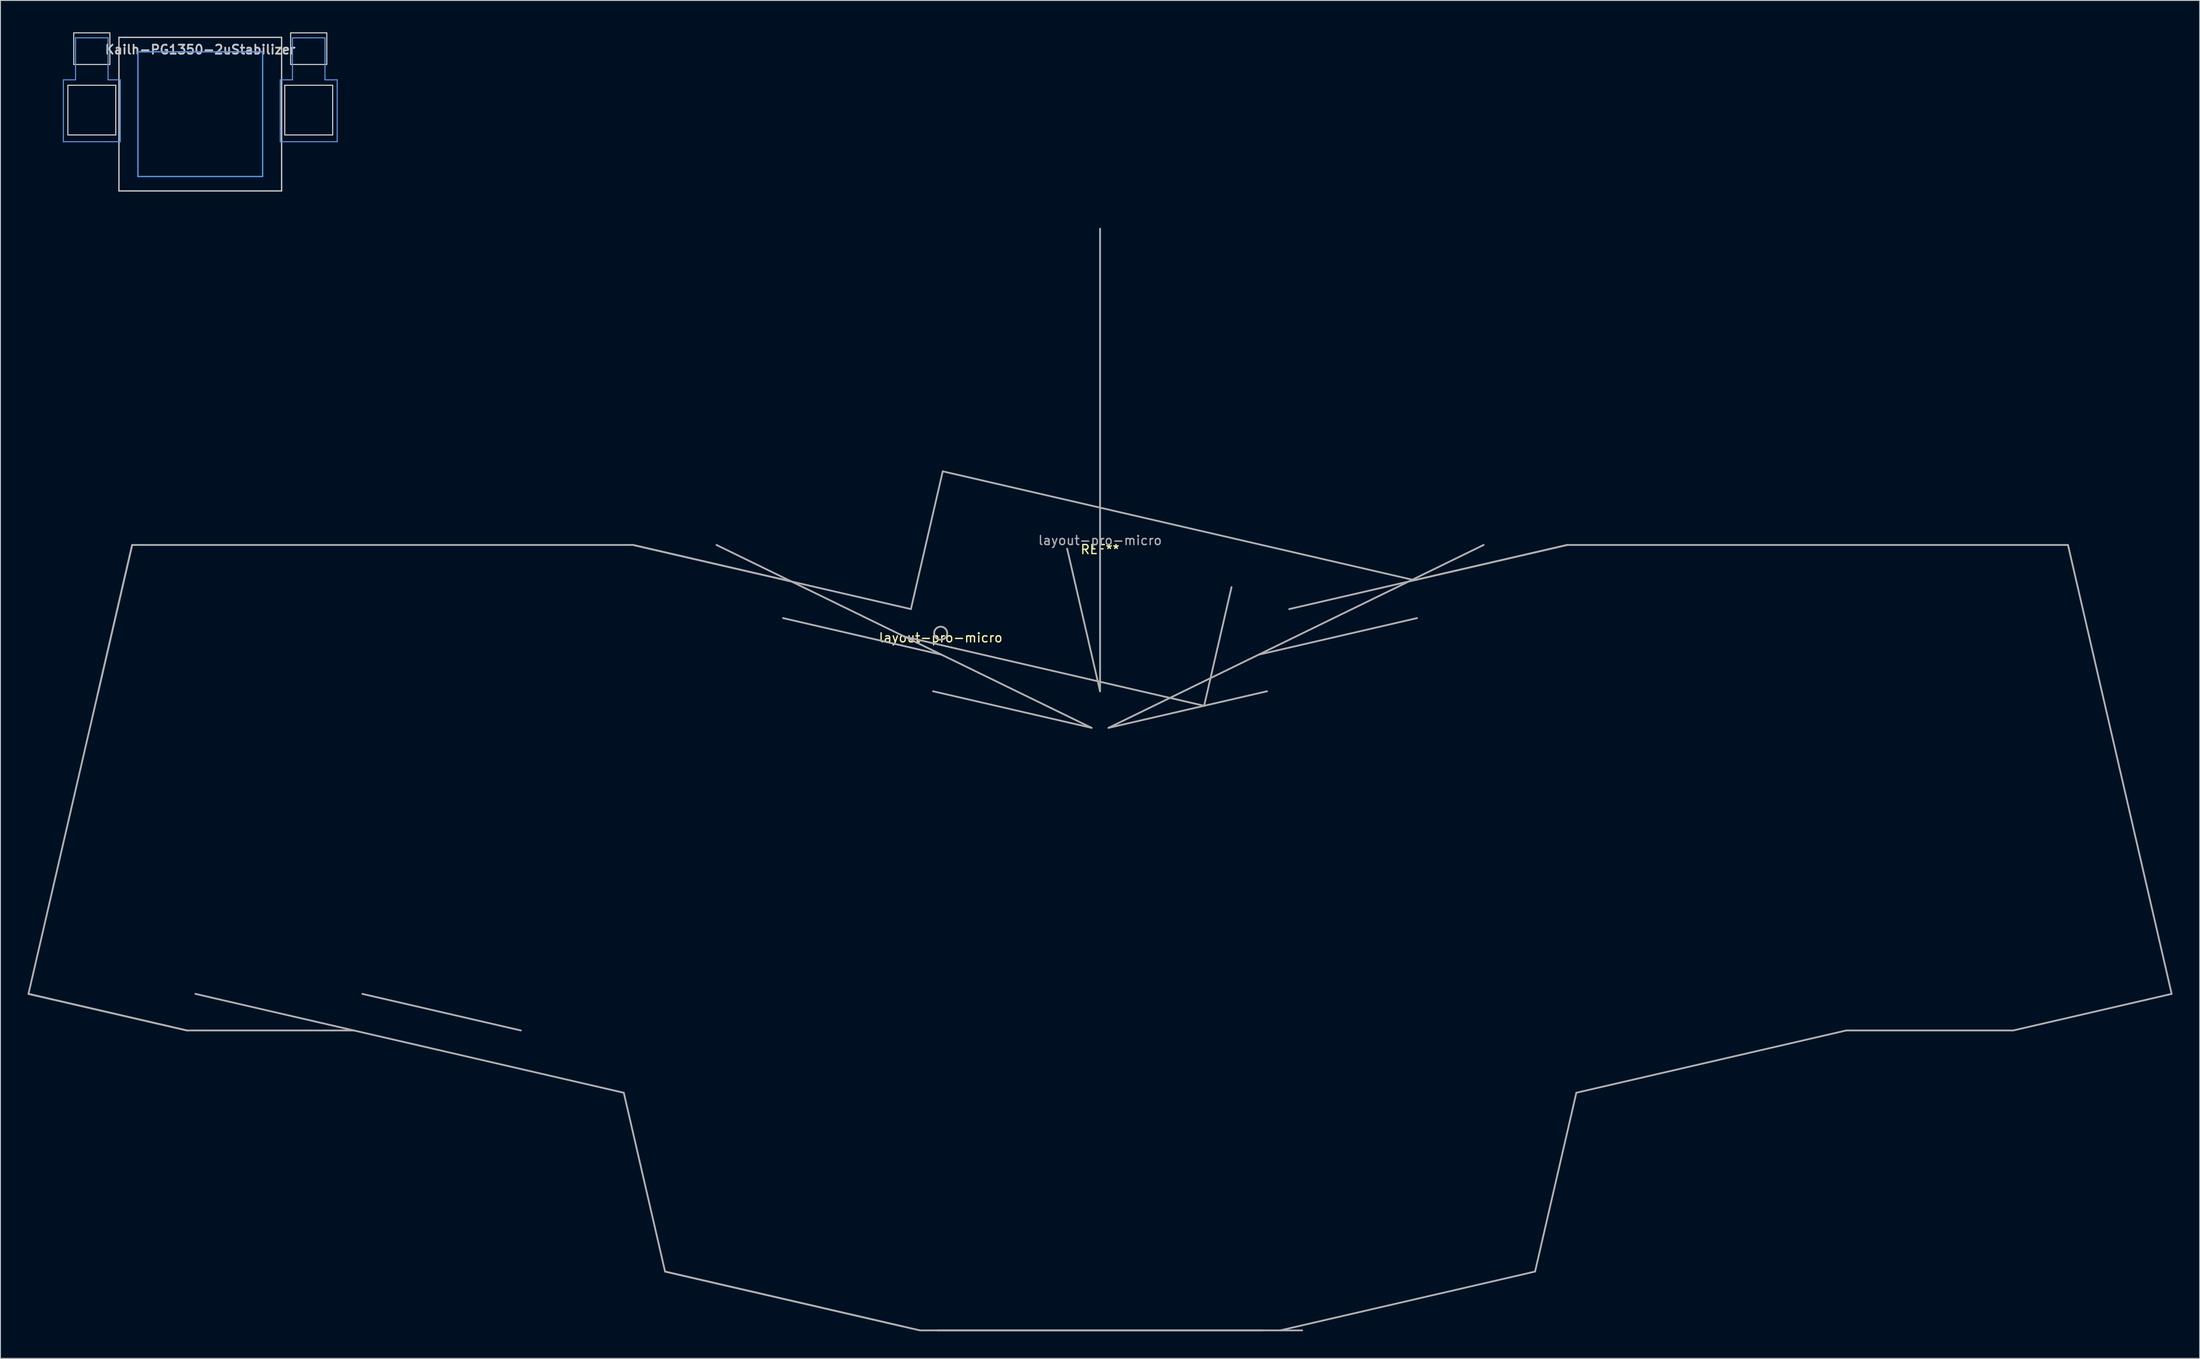
<source format=kicad_pcb>
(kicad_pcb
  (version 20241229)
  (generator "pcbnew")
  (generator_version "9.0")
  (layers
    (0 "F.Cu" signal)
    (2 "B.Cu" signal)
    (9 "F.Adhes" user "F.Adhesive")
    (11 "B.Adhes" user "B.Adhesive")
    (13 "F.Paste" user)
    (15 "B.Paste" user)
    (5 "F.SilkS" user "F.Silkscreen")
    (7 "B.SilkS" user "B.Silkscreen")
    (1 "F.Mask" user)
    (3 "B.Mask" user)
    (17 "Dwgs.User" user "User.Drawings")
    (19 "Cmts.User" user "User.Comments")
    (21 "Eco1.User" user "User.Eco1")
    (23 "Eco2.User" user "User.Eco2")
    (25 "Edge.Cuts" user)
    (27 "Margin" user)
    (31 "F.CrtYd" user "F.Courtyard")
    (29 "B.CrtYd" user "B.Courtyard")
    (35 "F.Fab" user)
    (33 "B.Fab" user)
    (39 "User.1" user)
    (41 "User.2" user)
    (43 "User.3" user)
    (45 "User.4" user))
  (footprint "Kailh-PG1350-2uStabilizer"
    (layer "F.Cu")
    (at 19.11 9.585)
    (property "Reference" "Kailh-PG1350-2uStabilizer" (at 0 -7.144 180) (layer "Dwgs.User") (effects (font (size 1 1) (thickness 0.2))))
    (attr through_hole)
    (fp_line (start -9 -8.5) (end 9 -8.5) (stroke (width 0.152) (type solid)) (layer "Dwgs.User"))
    (fp_line (start -9 8.5) (end -9 -8.5) (stroke (width 0.152) (type solid)) (layer "Dwgs.User"))
    (fp_line (start 9 -8.5) (end 9 8.5) (stroke (width 0.152) (type solid)) (layer "Dwgs.User"))
    (fp_line (start 9 8.5) (end -9 8.5) (stroke (width 0.152) (type solid)) (layer "Dwgs.User"))
    (fp_line (start -15.15 -3.8) (end -13.8 -3.8) (stroke (width 0.12) (type solid)) (layer "Cmts.User"))
    (fp_line (start -15.15 3.05) (end -15.15 -3.8) (stroke (width 0.12) (type solid)) (layer "Cmts.User"))
    (fp_line (start -15.15 3.05) (end -8.85 3.05) (stroke (width 0.12) (type solid)) (layer "Cmts.User"))
    (fp_line (start -13.8 -8.45) (end -13.8 -3.8) (stroke (width 0.12) (type solid)) (layer "Cmts.User"))
    (fp_line (start -13.8 -8.45) (end -10.2 -8.45) (stroke (width 0.12) (type solid)) (layer "Cmts.User"))
    (fp_line (start -10.2 -8.45) (end -10.2 -3.8) (stroke (width 0.12) (type solid)) (layer "Cmts.User"))
    (fp_line (start -10.2 -3.8) (end -8.85 -3.8) (stroke (width 0.12) (type solid)) (layer "Cmts.User"))
    (fp_line (start -8.85 3.05) (end -8.85 -3.8) (stroke (width 0.12) (type solid)) (layer "Cmts.User"))
    (fp_line (start -6.9 -6.9) (end 6.9 -6.9) (stroke (width 0.152) (type solid)) (layer "Cmts.User"))
    (fp_line (start -6.9 6.9) (end -6.9 -6.9) (stroke (width 0.152) (type solid)) (layer "Cmts.User"))
    (fp_line (start 6.9 -6.9) (end 6.9 6.9) (stroke (width 0.152) (type solid)) (layer "Cmts.User"))
    (fp_line (start 6.9 6.9) (end -6.9 6.9) (stroke (width 0.152) (type solid)) (layer "Cmts.User"))
    (fp_line (start 8.85 -3.8) (end 10.2 -3.8) (stroke (width 0.12) (type solid)) (layer "Cmts.User"))
    (fp_line (start 8.85 3.05) (end 8.85 -3.8) (stroke (width 0.12) (type solid)) (layer "Cmts.User"))
    (fp_line (start 8.85 3.05) (end 15.15 3.05) (stroke (width 0.12) (type solid)) (layer "Cmts.User"))
    (fp_line (start 10.2 -8.45) (end 10.2 -3.8) (stroke (width 0.12) (type solid)) (layer "Cmts.User"))
    (fp_line (start 10.2 -8.45) (end 13.8 -8.45) (stroke (width 0.12) (type solid)) (layer "Cmts.User"))
    (fp_line (start 13.8 -8.45) (end 13.8 -3.8) (stroke (width 0.12) (type solid)) (layer "Cmts.User"))
    (fp_line (start 13.8 -3.8) (end 15.15 -3.8) (stroke (width 0.12) (type solid)) (layer "Cmts.User"))
    (fp_line (start 15.15 3.05) (end 15.15 -3.8) (stroke (width 0.12) (type solid)) (layer "Cmts.User"))
    (fp_line (start -19.05 -9.525) (end -19.05 9.525) (stroke (width 0.12) (type solid)) (layer "Eco1.User"))
    (fp_line (start -19.05 -9.525) (end 19.05 -9.525) (stroke (width 0.12) (type solid)) (layer "Eco1.User"))
    (fp_line (start -19.05 9.525) (end 19.05 9.525) (stroke (width 0.12) (type solid)) (layer "Eco1.User"))
    (fp_line (start 19.05 -9.525) (end 19.05 9.525) (stroke (width 0.12) (type solid)) (layer "Eco1.User"))
    (fp_line (start -7.5 -7.5) (end 7.5 -7.5) (stroke (width 0.152) (type solid)) (layer "Eco2.User"))
    (fp_line (start -7.5 7.5) (end -7.5 -7.5) (stroke (width 0.152) (type solid)) (layer "Eco2.User"))
    (fp_line (start 7.5 -7.5) (end 7.5 7.5) (stroke (width 0.152) (type solid)) (layer "Eco2.User"))
    (fp_line (start 7.5 7.5) (end -7.5 7.5) (stroke (width 0.152) (type solid)) (layer "Eco2.User"))
    (fp_line (start -14.65 -3.2) (end -14.65 2.3) (stroke (width 0.12) (type solid)) (layer "Edge.Cuts"))
    (fp_line (start -14.65 -3.2) (end -9.35 -3.2) (stroke (width 0.12) (type solid)) (layer "Edge.Cuts"))
    (fp_line (start -14.65 2.3) (end -9.35 2.3) (stroke (width 0.12) (type solid)) (layer "Edge.Cuts"))
    (fp_line (start -14 -9) (end -14 -5.5) (stroke (width 0.12) (type solid)) (layer "Edge.Cuts"))
    (fp_line (start -14 -9) (end -10 -9) (stroke (width 0.12) (type solid)) (layer "Edge.Cuts"))
    (fp_line (start -14 -5.5) (end -10 -5.5) (stroke (width 0.12) (type solid)) (layer "Edge.Cuts"))
    (fp_line (start -10 -5.5) (end -10 -9) (stroke (width 0.12) (type solid)) (layer "Edge.Cuts"))
    (fp_line (start -9.35 2.3) (end -9.35 -3.2) (stroke (width 0.12) (type solid)) (layer "Edge.Cuts"))
    (fp_line (start 9.35 -3.2) (end 9.35 2.3) (stroke (width 0.12) (type solid)) (layer "Edge.Cuts"))
    (fp_line (start 9.35 -3.2) (end 14.65 -3.2) (stroke (width 0.12) (type solid)) (layer "Edge.Cuts"))
    (fp_line (start 9.35 2.3) (end 14.65 2.3) (stroke (width 0.12) (type solid)) (layer "Edge.Cuts"))
    (fp_line (start 10 -9) (end 10 -5.5) (stroke (width 0.12) (type solid)) (layer "Edge.Cuts"))
    (fp_line (start 10 -9) (end 14 -9) (stroke (width 0.12) (type solid)) (layer "Edge.Cuts"))
    (fp_line (start 10 -5.5) (end 14 -5.5) (stroke (width 0.12) (type solid)) (layer "Edge.Cuts"))
    (fp_line (start 14 -5.5) (end 14 -9) (stroke (width 0.12) (type solid)) (layer "Edge.Cuts"))
    (fp_line (start 14.65 2.3) (end 14.65 -3.2) (stroke (width 0.12) (type solid)) (layer "Edge.Cuts")))
  (footprint "layout-pro-micro"
    (layer "F.Cu")
    (at 101.039 67.04)
    (property "Reference" "layout-pro-micro" (at 0 0.5 0) (layer "F.SilkS") (effects (font (size 1 1) (thickness 0.15))))
    (attr through_hole)
    (fp_line (start -100.939 39.923) (end -83.4 43.972) (stroke (width 0.2) (type solid)) (layer "F.Fab"))
    (fp_line (start -93.29 6.794) (end -89.466 -9.77) (stroke (width 0.2) (type solid)) (layer "F.Fab"))
    (fp_line (start -89.466 -9.77) (end -100.939 39.923) (stroke (width 0.2) (type solid)) (layer "F.Fab"))
    (fp_line (start -83.4 43.972) (end -100.939 39.923) (stroke (width 0.2) (type solid)) (layer "F.Fab"))
    (fp_line (start -83.4 43.972) (end -64.927 43.972) (stroke (width 0.2) (type solid)) (layer "F.Fab"))
    (fp_line (start -64.927 43.972) (end -82.465 39.923) (stroke (width 0.2) (type solid)) (layer "F.Fab"))
    (fp_line (start -64.927 43.972) (end -35.066 50.866) (stroke (width 0.2) (type solid)) (layer "F.Fab"))
    (fp_line (start -46.453 43.972) (end -63.992 39.923) (stroke (width 0.2) (type solid)) (layer "F.Fab"))
    (fp_line (start -35.066 50.866) (end -30.497 70.659) (stroke (width 0.2) (type solid)) (layer "F.Fab"))
    (fp_line (start -34.046 -9.77) (end -89.466 -9.77) (stroke (width 0.2) (type solid)) (layer "F.Fab"))
    (fp_line (start -34.046 -9.77) (end -16.507 -5.721) (stroke (width 0.2) (type solid)) (layer "F.Fab"))
    (fp_line (start -30.497 70.659) (end -2.302 77.169) (stroke (width 0.2) (type solid)) (layer "F.Fab"))
    (fp_line (start -24.809 -9.77) (end 16.701 10.476) (stroke (width 0.2) (type solid)) (layer "F.Fab"))
    (fp_line (start -17.442 -1.672) (end 0.097 2.378) (stroke (width 0.2) (type solid)) (layer "F.Fab"))
    (fp_line (start -4.189 76.733) (end -30.497 70.659) (stroke (width 0.2) (type solid)) (layer "F.Fab"))
    (fp_line (start -3.294 -2.67) (end -34.046 -9.77) (stroke (width 0.2) (type solid)) (layer "F.Fab"))
    (fp_line (start -2.302 77.169) (end 39.998 77.169) (stroke (width 0.2) (type solid)) (layer "F.Fab"))
    (fp_line (start -0.838 6.427) (end 16.701 10.476) (stroke (width 0.2) (type solid)) (layer "F.Fab"))
    (fp_line (start 0.227 -17.918) (end -3.294 -2.67) (stroke (width 0.2) (type solid)) (layer "F.Fab"))
    (fp_line (start 13.992 -9.355) (end 17.635 6.427) (stroke (width 0.2) (type solid)) (layer "F.Fab"))
    (fp_line (start 17.635 -9.77) (end 17.635 -44.77) (stroke (width 0.2) (type solid)) (layer "F.Fab"))
    (fp_line (start 17.635 -9.77) (end 17.635 6.427) (stroke (width 0.2) (type solid)) (layer "F.Fab"))
    (fp_line (start 29.15 8.033) (end -3.998 0.38) (stroke (width 0.2) (type solid)) (layer "F.Fab"))
    (fp_line (start 32.183 -5.105) (end 29.15 8.033) (stroke (width 0.2) (type solid)) (layer "F.Fab"))
    (fp_line (start 35.635 77.169) (end -0.365 77.169) (stroke (width 0.2) (type solid)) (layer "F.Fab"))
    (fp_line (start 36.109 6.427) (end 18.57 10.476) (stroke (width 0.2) (type solid)) (layer "F.Fab"))
    (fp_line (start 38.565 -2.67) (end 69.317 -9.77) (stroke (width 0.2) (type solid)) (layer "F.Fab"))
    (fp_line (start 52.419 -5.869) (end 0.227 -17.918) (stroke (width 0.2) (type solid)) (layer "F.Fab"))
    (fp_line (start 52.419 -5.869) (end 69.317 -9.77) (stroke (width 0.2) (type solid)) (layer "F.Fab"))
    (fp_line (start 52.713 -1.672) (end 35.174 2.378) (stroke (width 0.2) (type solid)) (layer "F.Fab"))
    (fp_line (start 60.08 -9.77) (end 18.57 10.476) (stroke (width 0.2) (type solid)) (layer "F.Fab"))
    (fp_line (start 65.768 70.659) (end 37.572 77.169) (stroke (width 0.2) (type solid)) (layer "F.Fab"))
    (fp_line (start 70.337 50.866) (end 65.768 70.659) (stroke (width 0.2) (type solid)) (layer "F.Fab"))
    (fp_line (start 100.197 43.972) (end 70.337 50.866) (stroke (width 0.2) (type solid)) (layer "F.Fab"))
    (fp_line (start 118.671 43.972) (end 100.197 43.972) (stroke (width 0.2) (type solid)) (layer "F.Fab"))
    (fp_line (start 124.737 -9.77) (end 69.317 -9.77) (stroke (width 0.2) (type solid)) (layer "F.Fab"))
    (fp_line (start 124.737 -9.77) (end 136.209 39.923) (stroke (width 0.2) (type solid)) (layer "F.Fab"))
    (fp_line (start 136.209 39.923) (end 118.671 43.972) (stroke (width 0.2) (type solid)) (layer "F.Fab"))
    (fp_circle (center 0 0) (end 0.723 0) (stroke (width 0.2) (type solid)) (fill no) (layer "F.Fab"))
    (fp_text user "REF**" (at 17.635 -9.27 0) (layer "F.SilkS") (effects (font (size 1 1) (thickness 0.15))))
    (fp_text user "layout-pro-micro" (at 17.635 -10.27 0) (layer "F.Fab") (effects (font (size 1 1) (thickness 0.15)))))
  (gr_rect
    (start -3 -3)
    (end 240.348 147.308)
    (stroke (width 0.1) (type default))
    (fill no)
    (layer "Edge.Cuts")))
</source>
